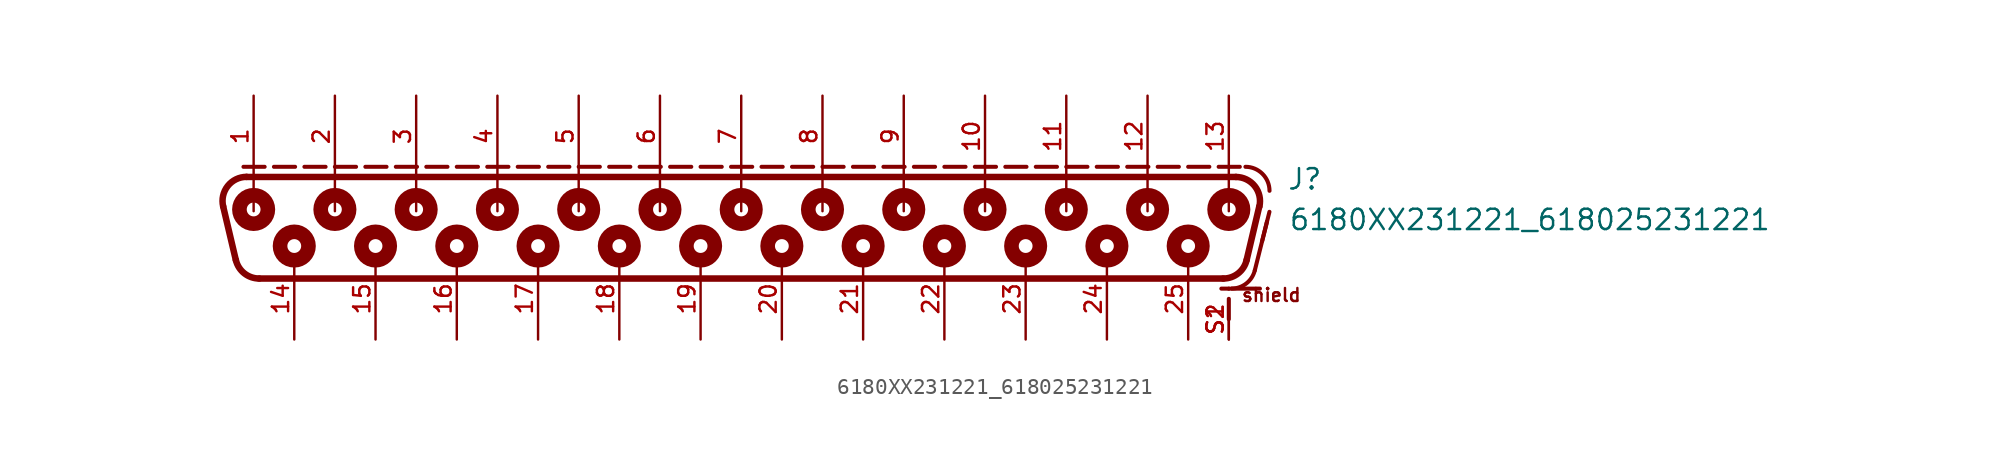
<source format=kicad_sym>
(kicad_symbol_lib
  (version 20211014)
  (generator kicad_symbol_editor)
  (symbol "6180XX231221_618025231221"
    (pin_names
      (offset 1.016))
    (property "Reference" "J"
      (at 34.1 1.66 0)
      (effects (font (size 1.27 1.27)) (justify bottom left)))
    (property "Value" "6180XX231221_618025231221"
      (at 34.2 -0.88 0)
      (effects (font (size 1.27 1.27)) (justify bottom left)))
    (symbol "6180XX231221_618025231221_0_0"
      (polyline (pts (xy -30.924 2.54) (xy 30.924 2.54)) (stroke (width 0.406)))
      (arc (start 32.3842 0.695166) (mid 32.0983 1.9738) (end 30.9244 2.54) (stroke (width 0.4064) (type default) (color 0 0 0 0)) (fill (type none)))
      (polyline (pts (xy 32.384 0.695) (xy 31.593 -2.655)) (stroke (width 0.406)))
      (arc (start 30.1331 -3.81) (mid 31.0609 -3.4886) (end 31.5929 -2.65484) (stroke (width 0.4064) (type default) (color 0 0 0 0)) (fill (type none)))
      (polyline (pts (xy 30.133 -3.81) (xy -30.133 -3.81)) (stroke (width 0.406)))
      (arc (start -32.3842 0.695166) (mid -32.0983 1.9738) (end -30.9244 2.54) (stroke (width 0.4064) (type default) (color 0 0 0 0)) (fill (type none)))
      (arc (start -31.5929 -2.65484) (mid -31.0669 -3.4839) (end -30.1331 -3.81) (stroke (width 0.4064) (type default) (color 0 0 0 0)) (fill (type none)))
      (polyline (pts (xy -31.593 -2.655) (xy -32.384 0.695)) (stroke (width 0.406)))
      (arc (start 33.02 1.675) (mid 32.5807 2.7357) (end 31.52 3.175) (stroke (width 0.254) (type default) (color 0 0 0 0)) (fill (type none)))
      (arc (start 32.1041 -3.3038) (mid 31.5723 -4.122) (end 30.6488 -4.44) (stroke (width 0.254) (type default) (color 0 0 0 0)) (fill (type none)))
      (polyline (pts (xy -30.48 2.58) (xy -30.48 0.4)) (stroke (width 0.152)))
      (polyline (pts (xy 15.24 2.58) (xy 15.24 0.4)) (stroke (width 0.152)))
      (polyline (pts (xy 20.32 2.58) (xy 20.32 0.4)) (stroke (width 0.152)))
      (polyline (pts (xy 25.4 2.58) (xy 25.4 0.4)) (stroke (width 0.152)))
      (polyline (pts (xy 30.48 2.58) (xy 30.48 0.4)) (stroke (width 0.152)))
      (polyline (pts (xy 0.0 2.58) (xy 0.0 0.4)) (stroke (width 0.152)))
      (polyline (pts (xy 5.08 2.58) (xy 5.08 0.4)) (stroke (width 0.152)))
      (polyline (pts (xy 10.16 2.58) (xy 10.16 0.4)) (stroke (width 0.152)))
      (polyline (pts (xy -10.16 2.58) (xy -10.16 0.4)) (stroke (width 0.152)))
      (polyline (pts (xy -5.08 2.58) (xy -5.08 0.4)) (stroke (width 0.152)))
      (polyline (pts (xy -25.4 2.58) (xy -25.4 0.4)) (stroke (width 0.152)))
      (polyline (pts (xy -20.32 2.58) (xy -20.32 0.4)) (stroke (width 0.152)))
      (polyline (pts (xy -15.24 2.58) (xy -15.24 0.4)) (stroke (width 0.152)))
      (text "shield" (at 31.22 -5.32 0) (effects (font (size 0.813 0.813)) (justify bottom left)))
      (circle (center 30.48 0.508) (radius 0.762) (stroke (width 0.254)) (fill (type none)))
      (circle (center 25.4 0.508) (radius 0.762) (stroke (width 0.254)) (fill (type none)))
      (circle (center 20.32 0.508) (radius 0.762) (stroke (width 0.254)) (fill (type none)))
      (circle (center 15.24 0.508) (radius 0.762) (stroke (width 0.254)) (fill (type none)))
      (circle (center -30.48 0.508) (radius 0.762) (stroke (width 0.254)) (fill (type none)))
      (circle (center 27.94 -1.778) (radius 0.762) (stroke (width 0.254)) (fill (type none)))
      (circle (center 22.86 -1.778) (radius 0.762) (stroke (width 0.254)) (fill (type none)))
      (circle (center 17.78 -1.778) (radius 0.762) (stroke (width 0.254)) (fill (type none)))
      (circle (center 12.7 -1.778) (radius 0.762) (stroke (width 0.254)) (fill (type none)))
      (circle (center 30.48 0.508) (radius 0.432) (stroke (width 0.914)) (fill (type none)))
      (circle (center 25.4 0.508) (radius 0.432) (stroke (width 0.914)) (fill (type none)))
      (circle (center 20.32 0.508) (radius 0.432) (stroke (width 0.914)) (fill (type none)))
      (circle (center 15.24 0.508) (radius 0.432) (stroke (width 0.914)) (fill (type none)))
      (circle (center -30.48 0.508) (radius 0.432) (stroke (width 0.914)) (fill (type none)))
      (circle (center 12.7 -1.778) (radius 0.432) (stroke (width 0.914)) (fill (type none)))
      (circle (center 17.78 -1.778) (radius 0.432) (stroke (width 0.914)) (fill (type none)))
      (circle (center 22.86 -1.778) (radius 0.432) (stroke (width 0.914)) (fill (type none)))
      (circle (center 27.94 -1.778) (radius 0.432) (stroke (width 0.914)) (fill (type none)))
      (circle (center 10.16 0.508) (radius 0.762) (stroke (width 0.254)) (fill (type none)))
      (circle (center 5.08 0.508) (radius 0.762) (stroke (width 0.254)) (fill (type none)))
      (circle (center 0.0 0.508) (radius 0.762) (stroke (width 0.254)) (fill (type none)))
      (circle (center 7.62 -1.778) (radius 0.762) (stroke (width 0.254)) (fill (type none)))
      (circle (center 2.54 -1.778) (radius 0.762) (stroke (width 0.254)) (fill (type none)))
      (circle (center -2.54 -1.778) (radius 0.762) (stroke (width 0.254)) (fill (type none)))
      (circle (center 10.16 0.508) (radius 0.432) (stroke (width 0.914)) (fill (type none)))
      (circle (center 5.08 0.508) (radius 0.432) (stroke (width 0.914)) (fill (type none)))
      (circle (center 0.0 0.508) (radius 0.432) (stroke (width 0.914)) (fill (type none)))
      (circle (center -2.54 -1.778) (radius 0.432) (stroke (width 0.914)) (fill (type none)))
      (circle (center 2.54 -1.778) (radius 0.432) (stroke (width 0.914)) (fill (type none)))
      (circle (center 7.62 -1.778) (radius 0.432) (stroke (width 0.914)) (fill (type none)))
      (circle (center -5.08 0.508) (radius 0.762) (stroke (width 0.254)) (fill (type none)))
      (circle (center -10.16 0.508) (radius 0.762) (stroke (width 0.254)) (fill (type none)))
      (circle (center -7.62 -1.778) (radius 0.762) (stroke (width 0.254)) (fill (type none)))
      (circle (center -12.7 -1.778) (radius 0.762) (stroke (width 0.254)) (fill (type none)))
      (circle (center -5.08 0.508) (radius 0.432) (stroke (width 0.914)) (fill (type none)))
      (circle (center -10.16 0.508) (radius 0.432) (stroke (width 0.914)) (fill (type none)))
      (circle (center -12.7 -1.778) (radius 0.432) (stroke (width 0.914)) (fill (type none)))
      (circle (center -7.62 -1.778) (radius 0.432) (stroke (width 0.914)) (fill (type none)))
      (circle (center -15.24 0.508) (radius 0.762) (stroke (width 0.254)) (fill (type none)))
      (circle (center -20.32 0.508) (radius 0.762) (stroke (width 0.254)) (fill (type none)))
      (circle (center -25.4 0.508) (radius 0.762) (stroke (width 0.254)) (fill (type none)))
      (circle (center -17.78 -1.778) (radius 0.762) (stroke (width 0.254)) (fill (type none)))
      (circle (center -22.86 -1.778) (radius 0.762) (stroke (width 0.254)) (fill (type none)))
      (circle (center -27.94 -1.778) (radius 0.762) (stroke (width 0.254)) (fill (type none)))
      (circle (center -15.24 0.508) (radius 0.432) (stroke (width 0.914)) (fill (type none)))
      (circle (center -20.32 0.508) (radius 0.432) (stroke (width 0.914)) (fill (type none)))
      (circle (center -25.4 0.508) (radius 0.432) (stroke (width 0.914)) (fill (type none)))
      (circle (center -27.94 -1.778) (radius 0.432) (stroke (width 0.914)) (fill (type none)))
      (circle (center -22.86 -1.778) (radius 0.432) (stroke (width 0.914)) (fill (type none)))
      (circle (center -17.78 -1.778) (radius 0.432) (stroke (width 0.914)) (fill (type none)))
      (polyline (pts (xy -31.115 3.175) (xy -29.793 3.175)) (stroke (width 0.254)))
      (polyline (pts (xy -29.21 3.175) (xy -27.888 3.175)) (stroke (width 0.254)))
      (polyline (pts (xy -27.305 3.175) (xy -25.983 3.175)) (stroke (width 0.254)))
      (polyline (pts (xy -25.4 3.175) (xy -24.078 3.175)) (stroke (width 0.254)))
      (polyline (pts (xy -23.495 3.175) (xy -22.173 3.175)) (stroke (width 0.254)))
      (polyline (pts (xy -21.59 3.175) (xy -20.268 3.175)) (stroke (width 0.254)))
      (polyline (pts (xy -19.685 3.175) (xy -18.363 3.175)) (stroke (width 0.254)))
      (polyline (pts (xy -17.78 3.175) (xy -16.458 3.175)) (stroke (width 0.254)))
      (polyline (pts (xy -15.875 3.175) (xy -14.553 3.175)) (stroke (width 0.254)))
      (polyline (pts (xy -13.97 3.175) (xy -12.648 3.175)) (stroke (width 0.254)))
      (polyline (pts (xy -12.065 3.175) (xy -10.743 3.175)) (stroke (width 0.254)))
      (polyline (pts (xy -10.16 3.175) (xy -8.838 3.175)) (stroke (width 0.254)))
      (polyline (pts (xy -8.255 3.175) (xy -6.933 3.175)) (stroke (width 0.254)))
      (polyline (pts (xy -6.35 3.175) (xy -5.028 3.175)) (stroke (width 0.254)))
      (polyline (pts (xy -4.445 3.175) (xy -3.123 3.175)) (stroke (width 0.254)))
      (polyline (pts (xy -2.54 3.175) (xy -1.218 3.175)) (stroke (width 0.254)))
      (polyline (pts (xy -0.635 3.175) (xy 0.687 3.175)) (stroke (width 0.254)))
      (polyline (pts (xy 1.27 3.175) (xy 2.592 3.175)) (stroke (width 0.254)))
      (polyline (pts (xy 3.175 3.175) (xy 4.497 3.175)) (stroke (width 0.254)))
      (polyline (pts (xy 5.08 3.175) (xy 6.402 3.175)) (stroke (width 0.254)))
      (polyline (pts (xy 6.985 3.175) (xy 8.307 3.175)) (stroke (width 0.254)))
      (polyline (pts (xy 8.89 3.175) (xy 10.212 3.175)) (stroke (width 0.254)))
      (polyline (pts (xy 10.795 3.175) (xy 12.117 3.175)) (stroke (width 0.254)))
      (polyline (pts (xy 12.7 3.175) (xy 14.022 3.175)) (stroke (width 0.254)))
      (polyline (pts (xy 14.605 3.175) (xy 15.927 3.175)) (stroke (width 0.254)))
      (polyline (pts (xy 16.51 3.175) (xy 17.832 3.175)) (stroke (width 0.254)))
      (polyline (pts (xy 18.415 3.175) (xy 19.737 3.175)) (stroke (width 0.254)))
      (polyline (pts (xy 20.32 3.175) (xy 21.642 3.175)) (stroke (width 0.254)))
      (polyline (pts (xy 22.225 3.175) (xy 23.547 3.175)) (stroke (width 0.254)))
      (polyline (pts (xy 24.13 3.175) (xy 25.452 3.175)) (stroke (width 0.254)))
      (polyline (pts (xy 26.035 3.175) (xy 27.357 3.175)) (stroke (width 0.254)))
      (polyline (pts (xy 27.94 3.175) (xy 29.262 3.175)) (stroke (width 0.254)))
      (polyline (pts (xy 29.845 3.175) (xy 31.167 3.175)) (stroke (width 0.254)))
      (polyline (pts (xy 30.48 -4.445) (xy 30.48 -4.445)) (stroke (width 0.254)))
      (polyline (pts (xy 30.48 -6.35) (xy 30.48 -5.08)) (stroke (width 0.254)))
      (polyline (pts (xy 30.52 -4.44) (xy 30.014 -4.44)) (stroke (width 0.254)))
      (polyline (pts (xy 32.425 -4.44) (xy 30.649 -4.44)) (stroke (width 0.254)))
      (polyline (pts (xy 32.104 -3.304) (xy 32.866 -0.256)) (stroke (width 0.254)))
      (polyline (pts (xy 32.566 -1.456) (xy 33.02 0.36)) (stroke (width 0.254)))
      (pin bidirectional line (at -30.48 7.62 270.0) (length 5.08) (name "~" (effects (font (size 1.016 1.016)))) (number "1" (effects (font (size 1.016 1.016)))))
      (pin bidirectional line (at -25.4 7.62 270.0) (length 5.08) (name "~" (effects (font (size 1.016 1.016)))) (number "2" (effects (font (size 1.016 1.016)))))
      (pin bidirectional line (at -20.32 7.62 270.0) (length 5.08) (name "~" (effects (font (size 1.016 1.016)))) (number "3" (effects (font (size 1.016 1.016)))))
      (pin bidirectional line (at -15.24 7.62 270.0) (length 5.08) (name "~" (effects (font (size 1.016 1.016)))) (number "4" (effects (font (size 1.016 1.016)))))
      (pin bidirectional line (at -10.16 7.62 270.0) (length 5.08) (name "~" (effects (font (size 1.016 1.016)))) (number "5" (effects (font (size 1.016 1.016)))))
      (pin bidirectional line (at -5.08 7.62 270.0) (length 5.08) (name "~" (effects (font (size 1.016 1.016)))) (number "6" (effects (font (size 1.016 1.016)))))
      (pin bidirectional line (at 0.0 7.62 270.0) (length 5.08) (name "~" (effects (font (size 1.016 1.016)))) (number "7" (effects (font (size 1.016 1.016)))))
      (pin bidirectional line (at 5.08 7.62 270.0) (length 5.08) (name "~" (effects (font (size 1.016 1.016)))) (number "8" (effects (font (size 1.016 1.016)))))
      (pin bidirectional line (at 10.16 7.62 270.0) (length 5.08) (name "~" (effects (font (size 1.016 1.016)))) (number "9" (effects (font (size 1.016 1.016)))))
      (pin bidirectional line (at 15.24 7.62 270.0) (length 5.08) (name "~" (effects (font (size 1.016 1.016)))) (number "10" (effects (font (size 1.016 1.016)))))
      (pin bidirectional line (at 20.32 7.62 270.0) (length 5.08) (name "~" (effects (font (size 1.016 1.016)))) (number "11" (effects (font (size 1.016 1.016)))))
      (pin bidirectional line (at 25.4 7.62 270.0) (length 5.08) (name "~" (effects (font (size 1.016 1.016)))) (number "12" (effects (font (size 1.016 1.016)))))
      (pin bidirectional line (at 30.48 7.62 270.0) (length 5.08) (name "~" (effects (font (size 1.016 1.016)))) (number "13" (effects (font (size 1.016 1.016)))))
      (pin bidirectional line (at -27.94 -7.62 90.0) (length 5.08) (name "~" (effects (font (size 1.016 1.016)))) (number "14" (effects (font (size 1.016 1.016)))))
      (pin bidirectional line (at -22.86 -7.62 90.0) (length 5.08) (name "~" (effects (font (size 1.016 1.016)))) (number "15" (effects (font (size 1.016 1.016)))))
      (pin bidirectional line (at -17.78 -7.62 90.0) (length 5.08) (name "~" (effects (font (size 1.016 1.016)))) (number "16" (effects (font (size 1.016 1.016)))))
      (pin bidirectional line (at -12.7 -7.62 90.0) (length 5.08) (name "~" (effects (font (size 1.016 1.016)))) (number "17" (effects (font (size 1.016 1.016)))))
      (pin bidirectional line (at -7.62 -7.62 90.0) (length 5.08) (name "~" (effects (font (size 1.016 1.016)))) (number "18" (effects (font (size 1.016 1.016)))))
      (pin bidirectional line (at -2.54 -7.62 90.0) (length 5.08) (name "~" (effects (font (size 1.016 1.016)))) (number "19" (effects (font (size 1.016 1.016)))))
      (pin bidirectional line (at 2.54 -7.62 90.0) (length 5.08) (name "~" (effects (font (size 1.016 1.016)))) (number "20" (effects (font (size 1.016 1.016)))))
      (pin bidirectional line (at 7.62 -7.62 90.0) (length 5.08) (name "~" (effects (font (size 1.016 1.016)))) (number "21" (effects (font (size 1.016 1.016)))))
      (pin bidirectional line (at 12.7 -7.62 90.0) (length 5.08) (name "~" (effects (font (size 1.016 1.016)))) (number "22" (effects (font (size 1.016 1.016)))))
      (pin bidirectional line (at 17.78 -7.62 90.0) (length 5.08) (name "~" (effects (font (size 1.016 1.016)))) (number "23" (effects (font (size 1.016 1.016)))))
      (pin bidirectional line (at 22.86 -7.62 90.0) (length 5.08) (name "~" (effects (font (size 1.016 1.016)))) (number "24" (effects (font (size 1.016 1.016)))))
      (pin bidirectional line (at 27.94 -7.62 90.0) (length 5.08) (name "~" (effects (font (size 1.016 1.016)))) (number "25" (effects (font (size 1.016 1.016)))))
      (pin bidirectional line (at 30.48 -7.62 90.0) (length 2.54) (name "~" (effects (font (size 1.016 1.016)))) (number "S1" (effects (font (size 1.016 1.016)))))
      (pin bidirectional line (at 30.48 -7.62 90.0) (length 2.54) (name "~" (effects (font (size 1.016 1.016)))) (number "S2" (effects (font (size 1.016 1.016))))))))
</source>
